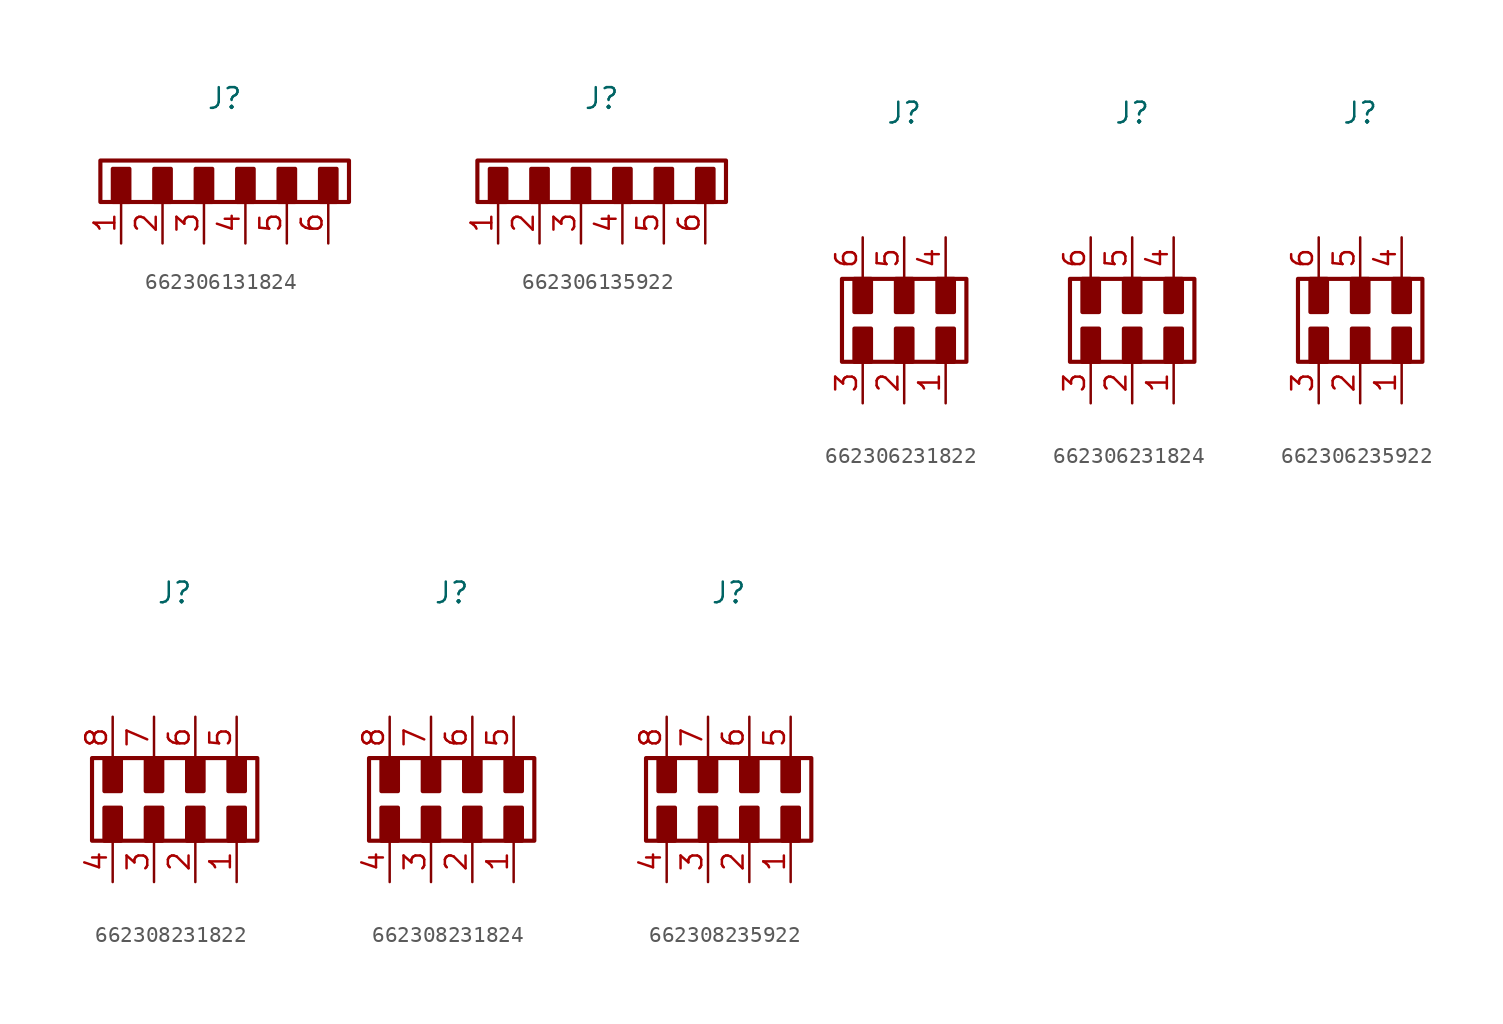
<source format=kicad_sym>
(kicad_symbol_lib
  (version 20241209)
  (generator "kicad_symbol_editor")
  (generator_version "9.0")
  (symbol "662306131824"
    (pin_names
      (hide yes))
    (property "Reference" "J"
      (at 0 5.08 0)
      (effects (font (size 1.27 1.27))))
    (symbol "662306131824_1_1"
      (rectangle (start -7.62 1.27) (end 7.62 -1.27) (stroke (width 0.254) (type solid)) (fill (type none)))
      (rectangle (start -6.858 0.762) (end -5.842 -1.27) (stroke (width 0.254) (type solid)) (fill (type outline)))
      (rectangle (start -3.302 -1.27) (end -4.318 0.762) (stroke (width 0.254) (type solid)) (fill (type outline)))
      (rectangle (start -1.778 0.762) (end -0.762 -1.27) (stroke (width 0.254) (type solid)) (fill (type outline)))
      (rectangle (start 1.778 -1.27) (end 0.762 0.762) (stroke (width 0.254) (type solid)) (fill (type outline)))
      (rectangle (start 3.302 0.762) (end 4.318 -1.27) (stroke (width 0.254) (type solid)) (fill (type outline)))
      (rectangle (start 6.858 -1.27) (end 5.842 0.762) (stroke (width 0.254) (type solid)) (fill (type outline)))
      (pin passive line (at -6.35 -3.81 90) (length 2.54) (name "1" (effects (font (size 1.27 1.27)))) (number "1" (effects (font (size 1.27 1.27)))))
      (pin passive line (at -3.81 -3.81 90) (length 2.54) (name "2" (effects (font (size 1.27 1.27)))) (number "2" (effects (font (size 1.27 1.27)))))
      (pin passive line (at -1.27 -3.81 90) (length 2.54) (name "3" (effects (font (size 1.27 1.27)))) (number "3" (effects (font (size 1.27 1.27)))))
      (pin passive line (at 1.27 -3.81 90) (length 2.54) (name "4" (effects (font (size 1.27 1.27)))) (number "4" (effects (font (size 1.27 1.27)))))
      (pin passive line (at 3.81 -3.81 90) (length 2.54) (name "5" (effects (font (size 1.27 1.27)))) (number "5" (effects (font (size 1.27 1.27)))))
      (pin passive line (at 6.35 -3.81 90) (length 2.54) (name "6" (effects (font (size 1.27 1.27)))) (number "6" (effects (font (size 1.27 1.27)))))))
  (symbol "662306135922"
    (pin_names
      (hide yes))
    (property "Reference" "J"
      (at 0 5.08 0)
      (effects (font (size 1.27 1.27))))
    (symbol "662306135922_1_1"
      (rectangle (start -7.62 1.27) (end 7.62 -1.27) (stroke (width 0.254) (type solid)) (fill (type none)))
      (rectangle (start -6.858 0.762) (end -5.842 -1.27) (stroke (width 0.254) (type solid)) (fill (type outline)))
      (rectangle (start -3.302 -1.27) (end -4.318 0.762) (stroke (width 0.254) (type solid)) (fill (type outline)))
      (rectangle (start -0.762 -1.27) (end -1.778 0.762) (stroke (width 0.254) (type solid)) (fill (type outline)))
      (rectangle (start 1.778 -1.27) (end 0.762 0.762) (stroke (width 0.254) (type solid)) (fill (type outline)))
      (rectangle (start 4.318 -1.27) (end 3.302 0.762) (stroke (width 0.254) (type solid)) (fill (type outline)))
      (rectangle (start 6.858 -1.27) (end 5.842 0.762) (stroke (width 0.254) (type solid)) (fill (type outline)))
      (pin passive line (at -6.35 -3.81 90) (length 2.54) (name "1" (effects (font (size 1.27 1.27)))) (number "1" (effects (font (size 1.27 1.27)))))
      (pin passive line (at -3.81 -3.81 90) (length 2.54) (name "2" (effects (font (size 1.27 1.27)))) (number "2" (effects (font (size 1.27 1.27)))))
      (pin passive line (at -1.27 -3.81 90) (length 2.54) (name "3" (effects (font (size 1.27 1.27)))) (number "3" (effects (font (size 1.27 1.27)))))
      (pin passive line (at 1.27 -3.81 90) (length 2.54) (name "4" (effects (font (size 1.27 1.27)))) (number "4" (effects (font (size 1.27 1.27)))))
      (pin passive line (at 3.81 -3.81 90) (length 2.54) (name "5" (effects (font (size 1.27 1.27)))) (number "5" (effects (font (size 1.27 1.27)))))
      (pin passive line (at 6.35 -3.81 90) (length 2.54) (name "6" (effects (font (size 1.27 1.27)))) (number "6" (effects (font (size 1.27 1.27)))))))
  (symbol "662306231822"
    (pin_names
      (hide yes))
    (property "Reference" "J"
      (at 0 12.7 0)
      (effects (font (size 1.27 1.27))))
    (symbol "662306231822_1_1"
      (rectangle (start -3.81 2.54) (end 3.81 -2.54) (stroke (width 0.254) (type solid)) (fill (type none)))
      (rectangle (start -3.048 2.54) (end -2.032 0.508) (stroke (width 0.254) (type solid)) (fill (type outline)))
      (rectangle (start -3.048 -0.508) (end -2.032 -2.54) (stroke (width 0.254) (type solid)) (fill (type outline)))
      (rectangle (start -0.508 2.54) (end 0.508 0.508) (stroke (width 0.254) (type solid)) (fill (type outline)))
      (rectangle (start -0.508 -0.508) (end 0.508 -2.54) (stroke (width 0.254) (type solid)) (fill (type outline)))
      (rectangle (start 2.032 2.54) (end 3.048 0.508) (stroke (width 0.254) (type solid)) (fill (type outline)))
      (rectangle (start 2.032 -0.508) (end 3.048 -2.54) (stroke (width 0.254) (type solid)) (fill (type outline)))
      (pin passive line (at -2.54 5.08 270) (length 2.54) (name "6" (effects (font (size 1.27 1.27)))) (number "6" (effects (font (size 1.27 1.27)))))
      (pin passive line (at -2.54 -5.08 90) (length 2.54) (name "3" (effects (font (size 1.27 1.27)))) (number "3" (effects (font (size 1.27 1.27)))))
      (pin passive line (at 0 5.08 270) (length 2.54) (name "5" (effects (font (size 1.27 1.27)))) (number "5" (effects (font (size 1.27 1.27)))))
      (pin passive line (at 0 -5.08 90) (length 2.54) (name "2" (effects (font (size 1.27 1.27)))) (number "2" (effects (font (size 1.27 1.27)))))
      (pin passive line (at 2.54 5.08 270) (length 2.54) (name "4" (effects (font (size 1.27 1.27)))) (number "4" (effects (font (size 1.27 1.27)))))
      (pin passive line (at 2.54 -5.08 90) (length 2.54) (name "1" (effects (font (size 1.27 1.27)))) (number "1" (effects (font (size 1.27 1.27)))))))
  (symbol "662306231824"
    (pin_names
      (hide yes))
    (property "Reference" "J"
      (at 0 12.7 0)
      (effects (font (size 1.27 1.27))))
    (symbol "662306231824_1_1"
      (rectangle (start -3.81 2.54) (end 3.81 -2.54) (stroke (width 0.254) (type solid)) (fill (type none)))
      (rectangle (start -3.048 2.54) (end -2.032 0.508) (stroke (width 0.254) (type solid)) (fill (type outline)))
      (rectangle (start -3.048 -0.508) (end -2.032 -2.54) (stroke (width 0.254) (type solid)) (fill (type outline)))
      (rectangle (start -0.508 2.54) (end 0.508 0.508) (stroke (width 0.254) (type solid)) (fill (type outline)))
      (rectangle (start -0.508 -0.508) (end 0.508 -2.54) (stroke (width 0.254) (type solid)) (fill (type outline)))
      (rectangle (start 2.032 2.54) (end 3.048 0.508) (stroke (width 0.254) (type solid)) (fill (type outline)))
      (rectangle (start 2.032 -0.508) (end 3.048 -2.54) (stroke (width 0.254) (type solid)) (fill (type outline)))
      (pin passive line (at -2.54 5.08 270) (length 2.54) (name "6" (effects (font (size 1.27 1.27)))) (number "6" (effects (font (size 1.27 1.27)))))
      (pin passive line (at -2.54 -5.08 90) (length 2.54) (name "3" (effects (font (size 1.27 1.27)))) (number "3" (effects (font (size 1.27 1.27)))))
      (pin passive line (at 0 5.08 270) (length 2.54) (name "5" (effects (font (size 1.27 1.27)))) (number "5" (effects (font (size 1.27 1.27)))))
      (pin passive line (at 0 -5.08 90) (length 2.54) (name "2" (effects (font (size 1.27 1.27)))) (number "2" (effects (font (size 1.27 1.27)))))
      (pin passive line (at 2.54 5.08 270) (length 2.54) (name "4" (effects (font (size 1.27 1.27)))) (number "4" (effects (font (size 1.27 1.27)))))
      (pin passive line (at 2.54 -5.08 90) (length 2.54) (name "1" (effects (font (size 1.27 1.27)))) (number "1" (effects (font (size 1.27 1.27)))))))
  (symbol "662306235922"
    (pin_names
      (hide yes))
    (property "Reference" "J"
      (at 0 12.7 0)
      (effects (font (size 1.27 1.27))))
    (symbol "662306235922_1_1"
      (rectangle (start -3.81 2.54) (end 3.81 -2.54) (stroke (width 0.254) (type solid)) (fill (type none)))
      (rectangle (start -3.048 2.54) (end -2.032 0.508) (stroke (width 0.254) (type solid)) (fill (type outline)))
      (rectangle (start -3.048 -0.508) (end -2.032 -2.54) (stroke (width 0.254) (type solid)) (fill (type outline)))
      (rectangle (start -0.508 2.54) (end 0.508 0.508) (stroke (width 0.254) (type solid)) (fill (type outline)))
      (rectangle (start -0.508 -0.508) (end 0.508 -2.54) (stroke (width 0.254) (type solid)) (fill (type outline)))
      (rectangle (start 2.032 2.54) (end 3.048 0.508) (stroke (width 0.254) (type solid)) (fill (type outline)))
      (rectangle (start 2.032 -0.508) (end 3.048 -2.54) (stroke (width 0.254) (type solid)) (fill (type outline)))
      (pin passive line (at -2.54 5.08 270) (length 2.54) (name "6" (effects (font (size 1.27 1.27)))) (number "6" (effects (font (size 1.27 1.27)))))
      (pin passive line (at -2.54 -5.08 90) (length 2.54) (name "3" (effects (font (size 1.27 1.27)))) (number "3" (effects (font (size 1.27 1.27)))))
      (pin passive line (at 0 5.08 270) (length 2.54) (name "5" (effects (font (size 1.27 1.27)))) (number "5" (effects (font (size 1.27 1.27)))))
      (pin passive line (at 0 -5.08 90) (length 2.54) (name "2" (effects (font (size 1.27 1.27)))) (number "2" (effects (font (size 1.27 1.27)))))
      (pin passive line (at 2.54 5.08 270) (length 2.54) (name "4" (effects (font (size 1.27 1.27)))) (number "4" (effects (font (size 1.27 1.27)))))
      (pin passive line (at 2.54 -5.08 90) (length 2.54) (name "1" (effects (font (size 1.27 1.27)))) (number "1" (effects (font (size 1.27 1.27)))))))
  (symbol "662308231822"
    (pin_names
      (hide yes))
    (property "Reference" "J"
      (at 0 12.7 0)
      (effects (font (size 1.27 1.27))))
    (symbol "662308231822_1_1"
      (rectangle (start -5.08 2.54) (end 5.08 -2.54) (stroke (width 0.254) (type solid)) (fill (type none)))
      (rectangle (start -4.318 2.54) (end -3.302 0.508) (stroke (width 0.254) (type solid)) (fill (type outline)))
      (rectangle (start -4.318 -0.508) (end -3.302 -2.54) (stroke (width 0.254) (type solid)) (fill (type outline)))
      (rectangle (start -1.778 2.54) (end -0.762 0.508) (stroke (width 0.254) (type solid)) (fill (type outline)))
      (rectangle (start -1.778 -0.508) (end -0.762 -2.54) (stroke (width 0.254) (type solid)) (fill (type outline)))
      (rectangle (start 0.762 2.54) (end 1.778 0.508) (stroke (width 0.254) (type solid)) (fill (type outline)))
      (rectangle (start 0.762 -0.508) (end 1.778 -2.54) (stroke (width 0.254) (type solid)) (fill (type outline)))
      (rectangle (start 3.302 2.54) (end 4.318 0.508) (stroke (width 0.254) (type solid)) (fill (type outline)))
      (rectangle (start 3.302 -0.508) (end 4.318 -2.54) (stroke (width 0.254) (type solid)) (fill (type outline)))
      (pin passive line (at -3.81 5.08 270) (length 2.54) (name "8" (effects (font (size 1.27 1.27)))) (number "8" (effects (font (size 1.27 1.27)))))
      (pin passive line (at -3.81 -5.08 90) (length 2.54) (name "4" (effects (font (size 1.27 1.27)))) (number "4" (effects (font (size 1.27 1.27)))))
      (pin passive line (at -1.27 5.08 270) (length 2.54) (name "7" (effects (font (size 1.27 1.27)))) (number "7" (effects (font (size 1.27 1.27)))))
      (pin passive line (at -1.27 -5.08 90) (length 2.54) (name "3" (effects (font (size 1.27 1.27)))) (number "3" (effects (font (size 1.27 1.27)))))
      (pin passive line (at 1.27 5.08 270) (length 2.54) (name "6" (effects (font (size 1.27 1.27)))) (number "6" (effects (font (size 1.27 1.27)))))
      (pin passive line (at 1.27 -5.08 90) (length 2.54) (name "2" (effects (font (size 1.27 1.27)))) (number "2" (effects (font (size 1.27 1.27)))))
      (pin passive line (at 3.81 5.08 270) (length 2.54) (name "5" (effects (font (size 1.27 1.27)))) (number "5" (effects (font (size 1.27 1.27)))))
      (pin passive line (at 3.81 -5.08 90) (length 2.54) (name "1" (effects (font (size 1.27 1.27)))) (number "1" (effects (font (size 1.27 1.27)))))))
  (symbol "662308231824"
    (pin_names
      (hide yes))
    (property "Reference" "J"
      (at 0 12.7 0)
      (effects (font (size 1.27 1.27))))
    (symbol "662308231824_1_1"
      (rectangle (start -5.08 2.54) (end 5.08 -2.54) (stroke (width 0.254) (type solid)) (fill (type none)))
      (rectangle (start -4.318 2.54) (end -3.302 0.508) (stroke (width 0.254) (type solid)) (fill (type outline)))
      (rectangle (start -4.318 -0.508) (end -3.302 -2.54) (stroke (width 0.254) (type solid)) (fill (type outline)))
      (rectangle (start -1.778 2.54) (end -0.762 0.508) (stroke (width 0.254) (type solid)) (fill (type outline)))
      (rectangle (start -1.778 -0.508) (end -0.762 -2.54) (stroke (width 0.254) (type solid)) (fill (type outline)))
      (rectangle (start 0.762 2.54) (end 1.778 0.508) (stroke (width 0.254) (type solid)) (fill (type outline)))
      (rectangle (start 0.762 -0.508) (end 1.778 -2.54) (stroke (width 0.254) (type solid)) (fill (type outline)))
      (rectangle (start 3.302 2.54) (end 4.318 0.508) (stroke (width 0.254) (type solid)) (fill (type outline)))
      (rectangle (start 3.302 -0.508) (end 4.318 -2.54) (stroke (width 0.254) (type solid)) (fill (type outline)))
      (pin passive line (at -3.81 5.08 270) (length 2.54) (name "8" (effects (font (size 1.27 1.27)))) (number "8" (effects (font (size 1.27 1.27)))))
      (pin passive line (at -3.81 -5.08 90) (length 2.54) (name "4" (effects (font (size 1.27 1.27)))) (number "4" (effects (font (size 1.27 1.27)))))
      (pin passive line (at -1.27 5.08 270) (length 2.54) (name "7" (effects (font (size 1.27 1.27)))) (number "7" (effects (font (size 1.27 1.27)))))
      (pin passive line (at -1.27 -5.08 90) (length 2.54) (name "3" (effects (font (size 1.27 1.27)))) (number "3" (effects (font (size 1.27 1.27)))))
      (pin passive line (at 1.27 5.08 270) (length 2.54) (name "6" (effects (font (size 1.27 1.27)))) (number "6" (effects (font (size 1.27 1.27)))))
      (pin passive line (at 1.27 -5.08 90) (length 2.54) (name "2" (effects (font (size 1.27 1.27)))) (number "2" (effects (font (size 1.27 1.27)))))
      (pin passive line (at 3.81 5.08 270) (length 2.54) (name "5" (effects (font (size 1.27 1.27)))) (number "5" (effects (font (size 1.27 1.27)))))
      (pin passive line (at 3.81 -5.08 90) (length 2.54) (name "1" (effects (font (size 1.27 1.27)))) (number "1" (effects (font (size 1.27 1.27)))))))
  (symbol "662308235922"
    (pin_names
      (hide yes))
    (property "Reference" "J"
      (at 0 12.7 0)
      (effects (font (size 1.27 1.27))))
    (symbol "662308235922_1_1"
      (rectangle (start -5.08 2.54) (end 5.08 -2.54) (stroke (width 0.254) (type solid)) (fill (type none)))
      (rectangle (start -4.318 2.54) (end -3.302 0.508) (stroke (width 0.254) (type solid)) (fill (type outline)))
      (rectangle (start -4.318 -0.508) (end -3.302 -2.54) (stroke (width 0.254) (type solid)) (fill (type outline)))
      (rectangle (start -1.778 2.54) (end -0.762 0.508) (stroke (width 0.254) (type solid)) (fill (type outline)))
      (rectangle (start -1.778 -0.508) (end -0.762 -2.54) (stroke (width 0.254) (type solid)) (fill (type outline)))
      (rectangle (start 0.762 2.54) (end 1.778 0.508) (stroke (width 0.254) (type solid)) (fill (type outline)))
      (rectangle (start 0.762 -0.508) (end 1.778 -2.54) (stroke (width 0.254) (type solid)) (fill (type outline)))
      (rectangle (start 3.302 2.54) (end 4.318 0.508) (stroke (width 0.254) (type solid)) (fill (type outline)))
      (rectangle (start 3.302 -0.508) (end 4.318 -2.54) (stroke (width 0.254) (type solid)) (fill (type outline)))
      (pin passive line (at -3.81 5.08 270) (length 2.54) (name "8" (effects (font (size 1.27 1.27)))) (number "8" (effects (font (size 1.27 1.27)))))
      (pin passive line (at -3.81 -5.08 90) (length 2.54) (name "4" (effects (font (size 1.27 1.27)))) (number "4" (effects (font (size 1.27 1.27)))))
      (pin passive line (at -1.27 5.08 270) (length 2.54) (name "7" (effects (font (size 1.27 1.27)))) (number "7" (effects (font (size 1.27 1.27)))))
      (pin passive line (at -1.27 -5.08 90) (length 2.54) (name "3" (effects (font (size 1.27 1.27)))) (number "3" (effects (font (size 1.27 1.27)))))
      (pin passive line (at 1.27 5.08 270) (length 2.54) (name "6" (effects (font (size 1.27 1.27)))) (number "6" (effects (font (size 1.27 1.27)))))
      (pin passive line (at 1.27 -5.08 90) (length 2.54) (name "2" (effects (font (size 1.27 1.27)))) (number "2" (effects (font (size 1.27 1.27)))))
      (pin passive line (at 3.81 5.08 270) (length 2.54) (name "5" (effects (font (size 1.27 1.27)))) (number "5" (effects (font (size 1.27 1.27)))))
      (pin passive line (at 3.81 -5.08 90) (length 2.54) (name "1" (effects (font (size 1.27 1.27)))) (number "1" (effects (font (size 1.27 1.27))))))))
</source>
